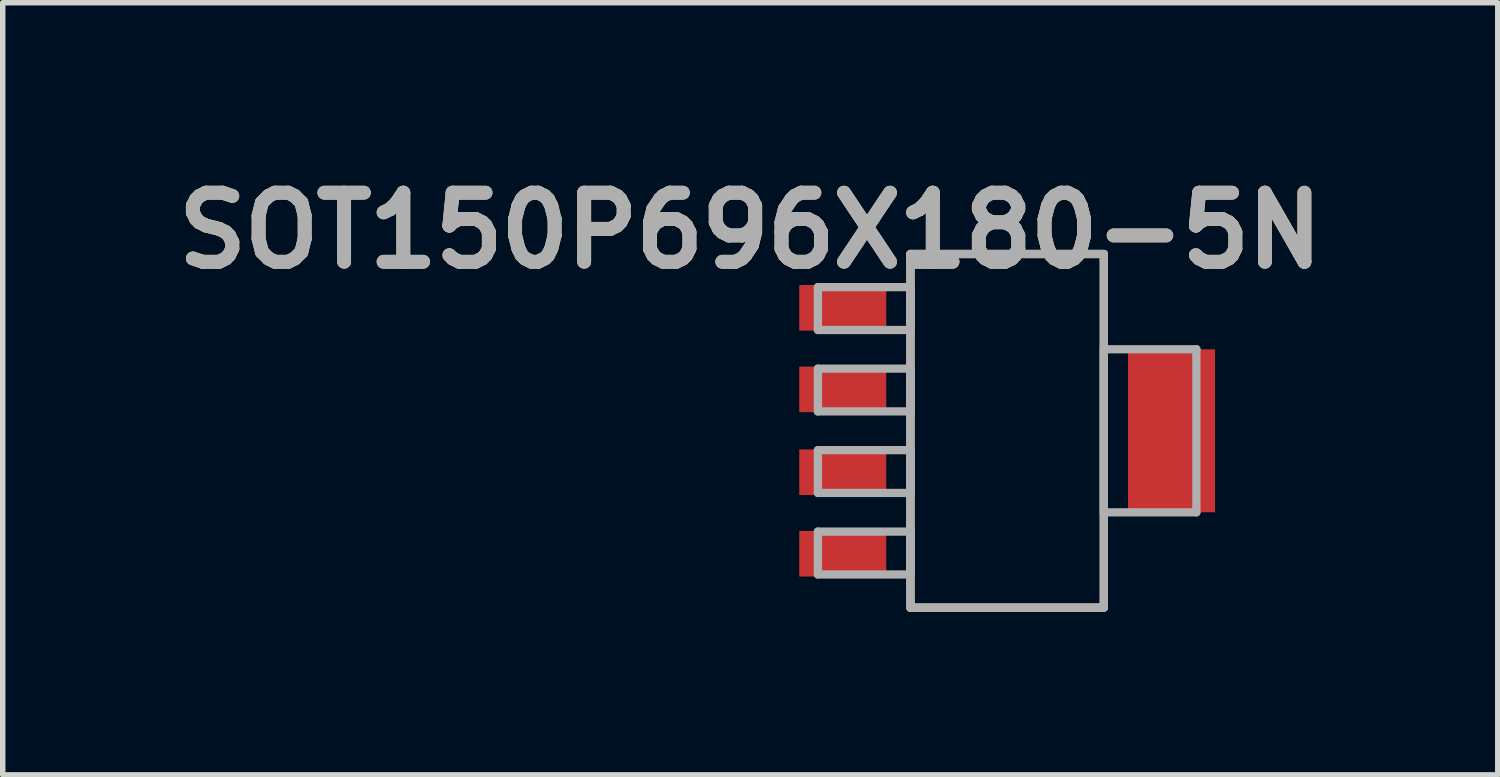
<source format=kicad_pcb>
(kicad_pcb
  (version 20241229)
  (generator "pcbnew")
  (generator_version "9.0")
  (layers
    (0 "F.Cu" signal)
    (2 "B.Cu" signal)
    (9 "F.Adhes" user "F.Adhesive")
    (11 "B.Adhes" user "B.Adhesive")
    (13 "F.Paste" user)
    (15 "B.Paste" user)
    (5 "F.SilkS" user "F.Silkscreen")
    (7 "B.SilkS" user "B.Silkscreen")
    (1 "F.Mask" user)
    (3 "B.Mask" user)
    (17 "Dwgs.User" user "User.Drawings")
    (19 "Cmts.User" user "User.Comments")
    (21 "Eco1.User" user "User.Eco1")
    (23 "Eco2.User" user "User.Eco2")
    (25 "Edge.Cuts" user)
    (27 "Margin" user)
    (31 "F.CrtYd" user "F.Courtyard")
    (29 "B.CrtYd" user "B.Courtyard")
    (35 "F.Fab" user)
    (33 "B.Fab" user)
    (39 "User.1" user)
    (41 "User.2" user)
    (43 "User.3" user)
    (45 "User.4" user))
  (footprint "SOT150P696X180-5N"
    (layer "F.Cu")
    (at 15.471 4.872)
    (property "Reference" "SOT150P696X180-5N" (at -4.724 -3.683 0) (layer "F.SilkS") (effects (font (size 1.27 1.27) (thickness 0.254))))
    (attr smd)
    (fp_line (start -1.778 -3.251) (end -1.778 3.251) (stroke (width 0.152) (type solid)) (layer "F.SilkS"))
    (fp_line (start -1.778 3.251) (end 1.778 3.251) (stroke (width 0.152) (type solid)) (layer "F.SilkS"))
    (fp_line (start 1.778 -3.251) (end -1.778 -3.251) (stroke (width 0.152) (type solid)) (layer "F.SilkS"))
    (fp_line (start 1.778 3.251) (end 1.778 -3.251) (stroke (width 0.152) (type solid)) (layer "F.SilkS"))
    (fp_line (start -3.48 -2.642) (end -3.48 -1.854) (stroke (width 0.152) (type solid)) (layer "F.Fab"))
    (fp_line (start -3.48 -1.854) (end -1.778 -1.854) (stroke (width 0.152) (type solid)) (layer "F.Fab"))
    (fp_line (start -3.48 -1.143) (end -3.48 -0.356) (stroke (width 0.152) (type solid)) (layer "F.Fab"))
    (fp_line (start -3.48 -0.356) (end -1.778 -0.356) (stroke (width 0.152) (type solid)) (layer "F.Fab"))
    (fp_line (start -3.48 0.356) (end -3.48 1.143) (stroke (width 0.152) (type solid)) (layer "F.Fab"))
    (fp_line (start -3.48 1.143) (end -1.778 1.143) (stroke (width 0.152) (type solid)) (layer "F.Fab"))
    (fp_line (start -3.48 1.854) (end -3.48 2.642) (stroke (width 0.152) (type solid)) (layer "F.Fab"))
    (fp_line (start -3.48 2.642) (end -1.778 2.642) (stroke (width 0.152) (type solid)) (layer "F.Fab"))
    (fp_line (start -1.778 -3.251) (end -1.778 3.251) (stroke (width 0.152) (type solid)) (layer "F.Fab"))
    (fp_line (start -1.778 -2.642) (end -3.48 -2.642) (stroke (width 0.152) (type solid)) (layer "F.Fab"))
    (fp_line (start -1.778 -1.854) (end -1.778 -2.642) (stroke (width 0.152) (type solid)) (layer "F.Fab"))
    (fp_line (start -1.778 -1.143) (end -3.48 -1.143) (stroke (width 0.152) (type solid)) (layer "F.Fab"))
    (fp_line (start -1.778 -0.356) (end -1.778 -1.143) (stroke (width 0.152) (type solid)) (layer "F.Fab"))
    (fp_line (start -1.778 0.356) (end -3.48 0.356) (stroke (width 0.152) (type solid)) (layer "F.Fab"))
    (fp_line (start -1.778 1.143) (end -1.778 0.356) (stroke (width 0.152) (type solid)) (layer "F.Fab"))
    (fp_line (start -1.778 1.854) (end -3.48 1.854) (stroke (width 0.152) (type solid)) (layer "F.Fab"))
    (fp_line (start -1.778 2.642) (end -1.778 1.854) (stroke (width 0.152) (type solid)) (layer "F.Fab"))
    (fp_line (start -1.778 3.251) (end 1.778 3.251) (stroke (width 0.152) (type solid)) (layer "F.Fab"))
    (fp_line (start 1.778 -3.251) (end -1.778 -3.251) (stroke (width 0.152) (type solid)) (layer "F.Fab"))
    (fp_line (start 1.778 -1.499) (end 1.778 1.499) (stroke (width 0.152) (type solid)) (layer "F.Fab"))
    (fp_line (start 1.778 1.499) (end 3.48 1.499) (stroke (width 0.152) (type solid)) (layer "F.Fab"))
    (fp_line (start 1.778 3.251) (end 1.778 -3.251) (stroke (width 0.152) (type solid)) (layer "F.Fab"))
    (fp_line (start 3.48 -1.499) (end 1.778 -1.499) (stroke (width 0.152) (type solid)) (layer "F.Fab"))
    (fp_line (start 3.48 1.499) (end 3.48 -1.499) (stroke (width 0.152) (type solid)) (layer "F.Fab"))
    (fp_text user "${REFERENCE}" (at -4.724 -3.683 0) (layer "F.Fab") (effects (font (size 1.27 1.27) (thickness 0.254))))
    (pad "1" smd rect (at -3.023 -2.261 90) (size 0.838 1.6) (layers "F.Cu" "F.Mask" "F.Paste"))
    (pad "2" smd rect (at -3.023 -0.762 90) (size 0.838 1.6) (layers "F.Cu" "F.Mask" "F.Paste"))
    (pad "3" smd rect (at -3.023 0.762 90) (size 0.838 1.6) (layers "F.Cu" "F.Mask" "F.Paste"))
    (pad "4" smd rect (at -3.023 2.261 90) (size 0.838 1.6) (layers "F.Cu" "F.Mask" "F.Paste"))
    (pad "5" smd rect (at 3.023 0) (size 1.6 2.997) (layers "F.Cu" "F.Mask" "F.Paste")))
  (gr_rect
    (start -3 -3)
    (end 24.493 11.199)
    (stroke (width 0.1) (type default))
    (fill no)
    (layer "Edge.Cuts")))
</source>
